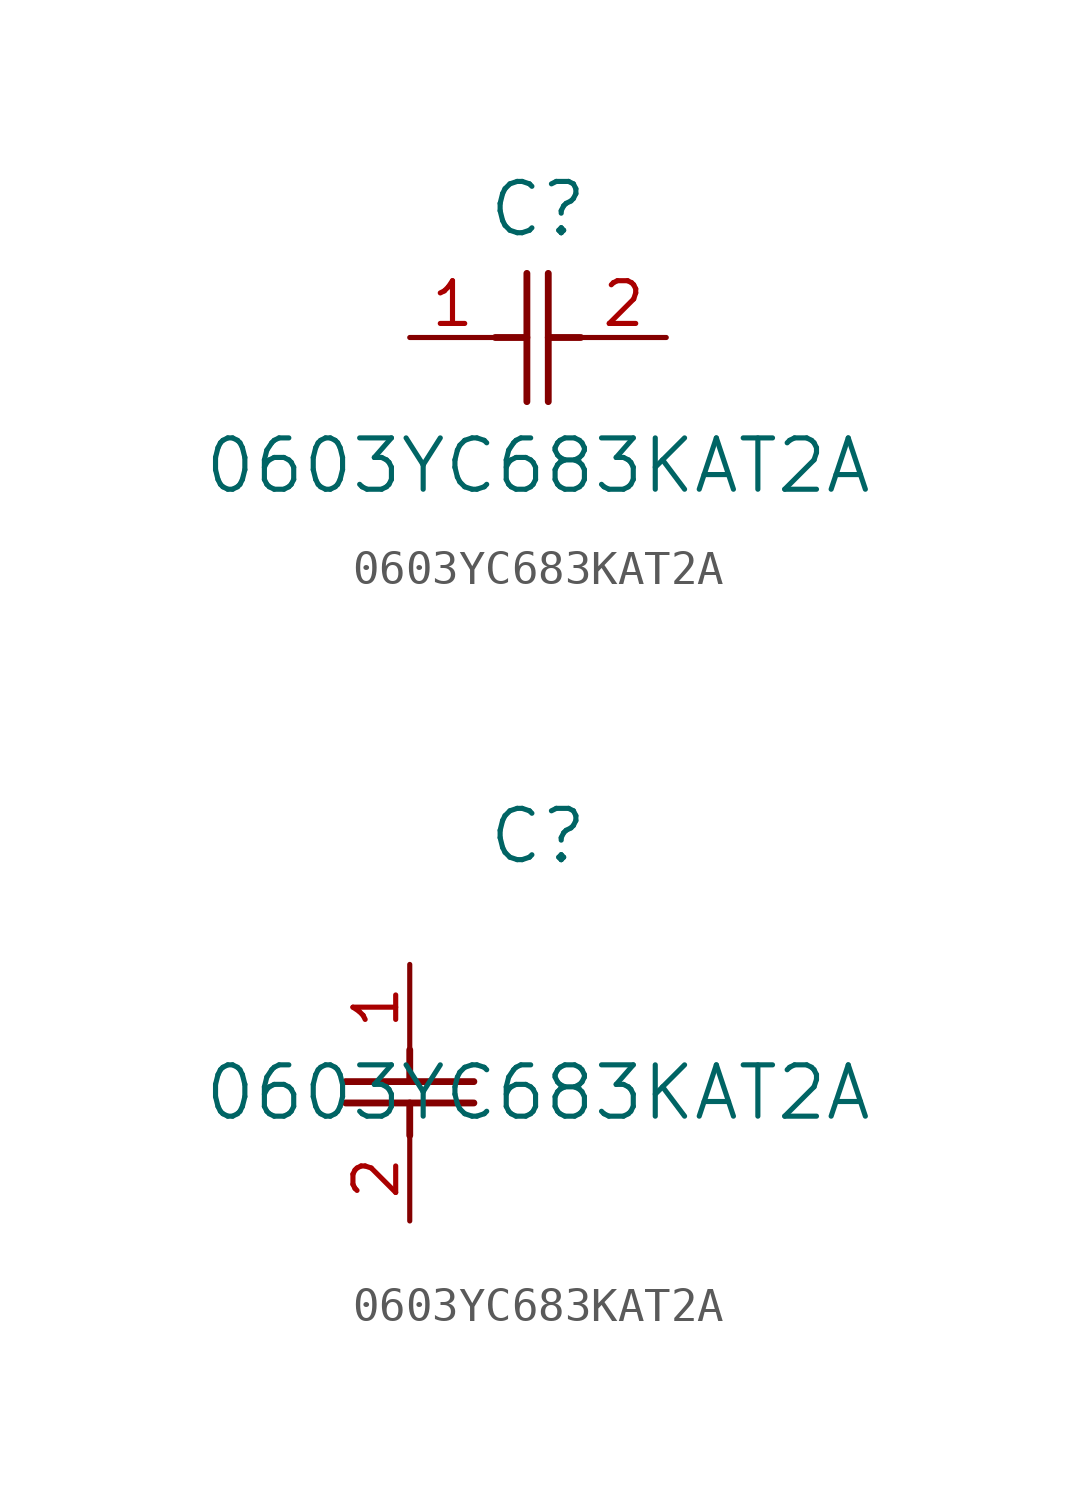
<source format=kicad_sym>
(kicad_symbol_lib
  (version 20211014)
  (generator kicad_symbol_editor)
  (symbol "0603YC683KAT2A"
    (pin_names
      (offset 0.254))
    (property "Reference" "C"
      (at 3.81 3.81 0)
      (effects (font (size 1.524 1.524))))
    (property "Value" "0603YC683KAT2A"
      (at 3.81 -3.81 0)
      (effects (font (size 1.524 1.524))))
    (symbol "0603YC683KAT2A_1_1"
      (polyline (pts (xy 3.48 -1.905) (xy 3.48 1.905)) (stroke (width 0.203) (type default) (color 0 0 0 0)) (fill (type none)))
      (polyline (pts (xy 4.115 -1.905) (xy 4.115 1.905)) (stroke (width 0.203) (type default) (color 0 0 0 0)) (fill (type none)))
      (polyline (pts (xy 4.115 0) (xy 5.08 0)) (stroke (width 0.203) (type default) (color 0 0 0 0)) (fill (type none)))
      (polyline (pts (xy 2.54 0) (xy 3.48 0)) (stroke (width 0.203) (type default) (color 0 0 0 0)) (fill (type none)))
      (pin unspecified line (at 0 0 0) (length 2.54) (name "" (effects (font (size 1.27 1.27)))) (number "1" (effects (font (size 1.27 1.27)))))
      (pin unspecified line (at 7.62 0 180) (length 2.54) (name "" (effects (font (size 1.27 1.27)))) (number "2" (effects (font (size 1.27 1.27))))))
    (symbol "0603YC683KAT2A_1_2"
      (polyline (pts (xy -1.905 -3.48) (xy 1.905 -3.48)) (stroke (width 0.203) (type default) (color 0 0 0 0)) (fill (type none)))
      (polyline (pts (xy -1.905 -4.115) (xy 1.905 -4.115)) (stroke (width 0.203) (type default) (color 0 0 0 0)) (fill (type none)))
      (polyline (pts (xy 0 -4.115) (xy 0 -5.08)) (stroke (width 0.203) (type default) (color 0 0 0 0)) (fill (type none)))
      (polyline (pts (xy 0 -2.54) (xy 0 -3.48)) (stroke (width 0.203) (type default) (color 0 0 0 0)) (fill (type none)))
      (pin unspecified line (at 0 0 270) (length 2.54) (name "" (effects (font (size 1.27 1.27)))) (number "1" (effects (font (size 1.27 1.27)))))
      (pin unspecified line (at 0 -7.62 90) (length 2.54) (name "" (effects (font (size 1.27 1.27)))) (number "2" (effects (font (size 1.27 1.27))))))))
</source>
